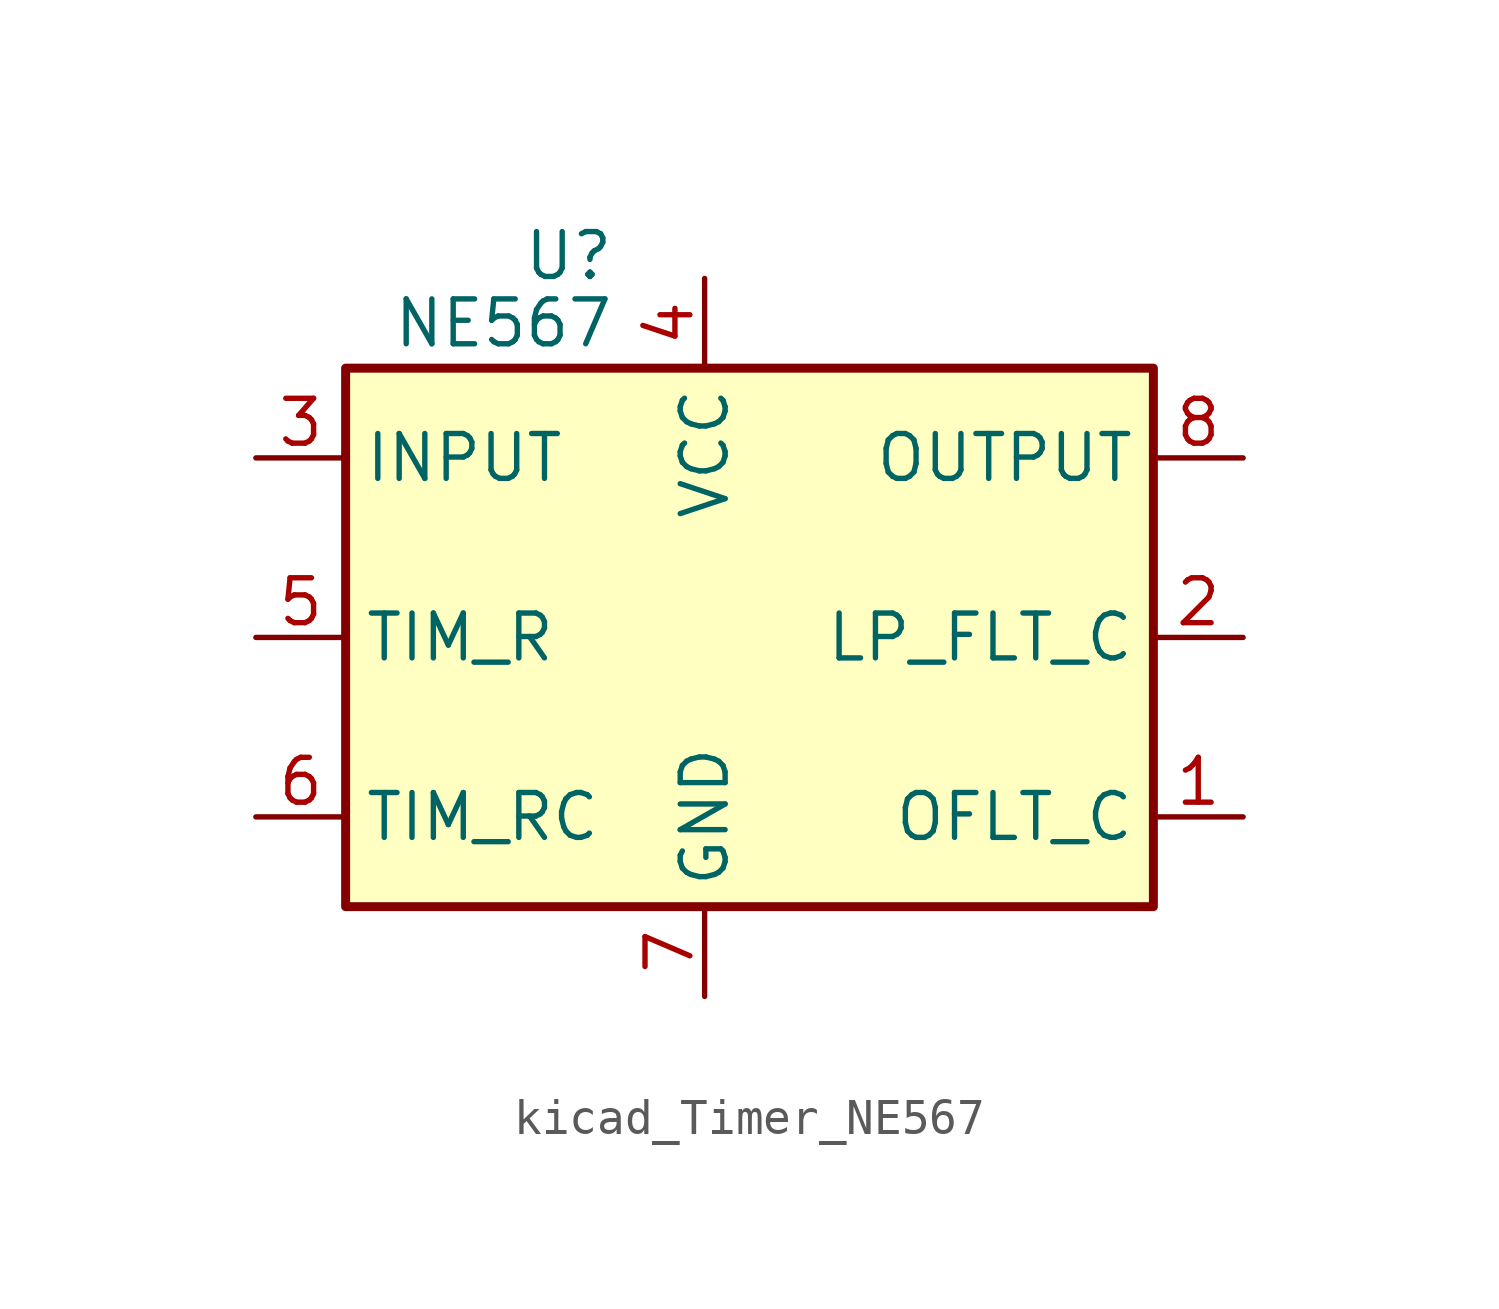
<source format=kicad_sym>
(kicad_symbol_lib
  (version 20220914)
  (generator kicad_symbol_editor)
  (symbol "kicad_Timer_NE567"
    (property "Reference" "U"
      (at -2.54 10.795 0)
      (effects (font (size 1.27 1.27)) (justify right)))
    (property "Value" "NE567"
      (at -2.54 8.89 0)
      (effects (font (size 1.27 1.27)) (justify right)))
    (symbol "kicad_Timer_NE567_0_1"
      (rectangle (start -10.16 7.62) (end 12.7 -7.62) (stroke (width 0.254) (type default)) (fill (type background))))
    (symbol "kicad_Timer_NE567_1_1"
      (pin output line (at 15.24 -5.08 180) (length 2.54) (name "OFLT_C" (effects (font (size 1.27 1.27)))) (number "1" (effects (font (size 1.27 1.27)))))
      (pin output line (at 15.24 0 180) (length 2.54) (name "LP_FLT_C" (effects (font (size 1.27 1.27)))) (number "2" (effects (font (size 1.27 1.27)))))
      (pin input line (at -12.7 5.08 0) (length 2.54) (name "INPUT" (effects (font (size 1.27 1.27)))) (number "3" (effects (font (size 1.27 1.27)))))
      (pin power_in line (at 0 10.16 270) (length 2.54) (name "VCC" (effects (font (size 1.27 1.27)))) (number "4" (effects (font (size 1.27 1.27)))))
      (pin input line (at -12.7 0 0) (length 2.54) (name "TIM_R" (effects (font (size 1.27 1.27)))) (number "5" (effects (font (size 1.27 1.27)))))
      (pin input line (at -12.7 -5.08 0) (length 2.54) (name "TIM_RC" (effects (font (size 1.27 1.27)))) (number "6" (effects (font (size 1.27 1.27)))))
      (pin power_in line (at 0 -10.16 90) (length 2.54) (name "GND" (effects (font (size 1.27 1.27)))) (number "7" (effects (font (size 1.27 1.27)))))
      (pin output line (at 15.24 5.08 180) (length 2.54) (name "OUTPUT" (effects (font (size 1.27 1.27)))) (number "8" (effects (font (size 1.27 1.27))))))))
</source>
